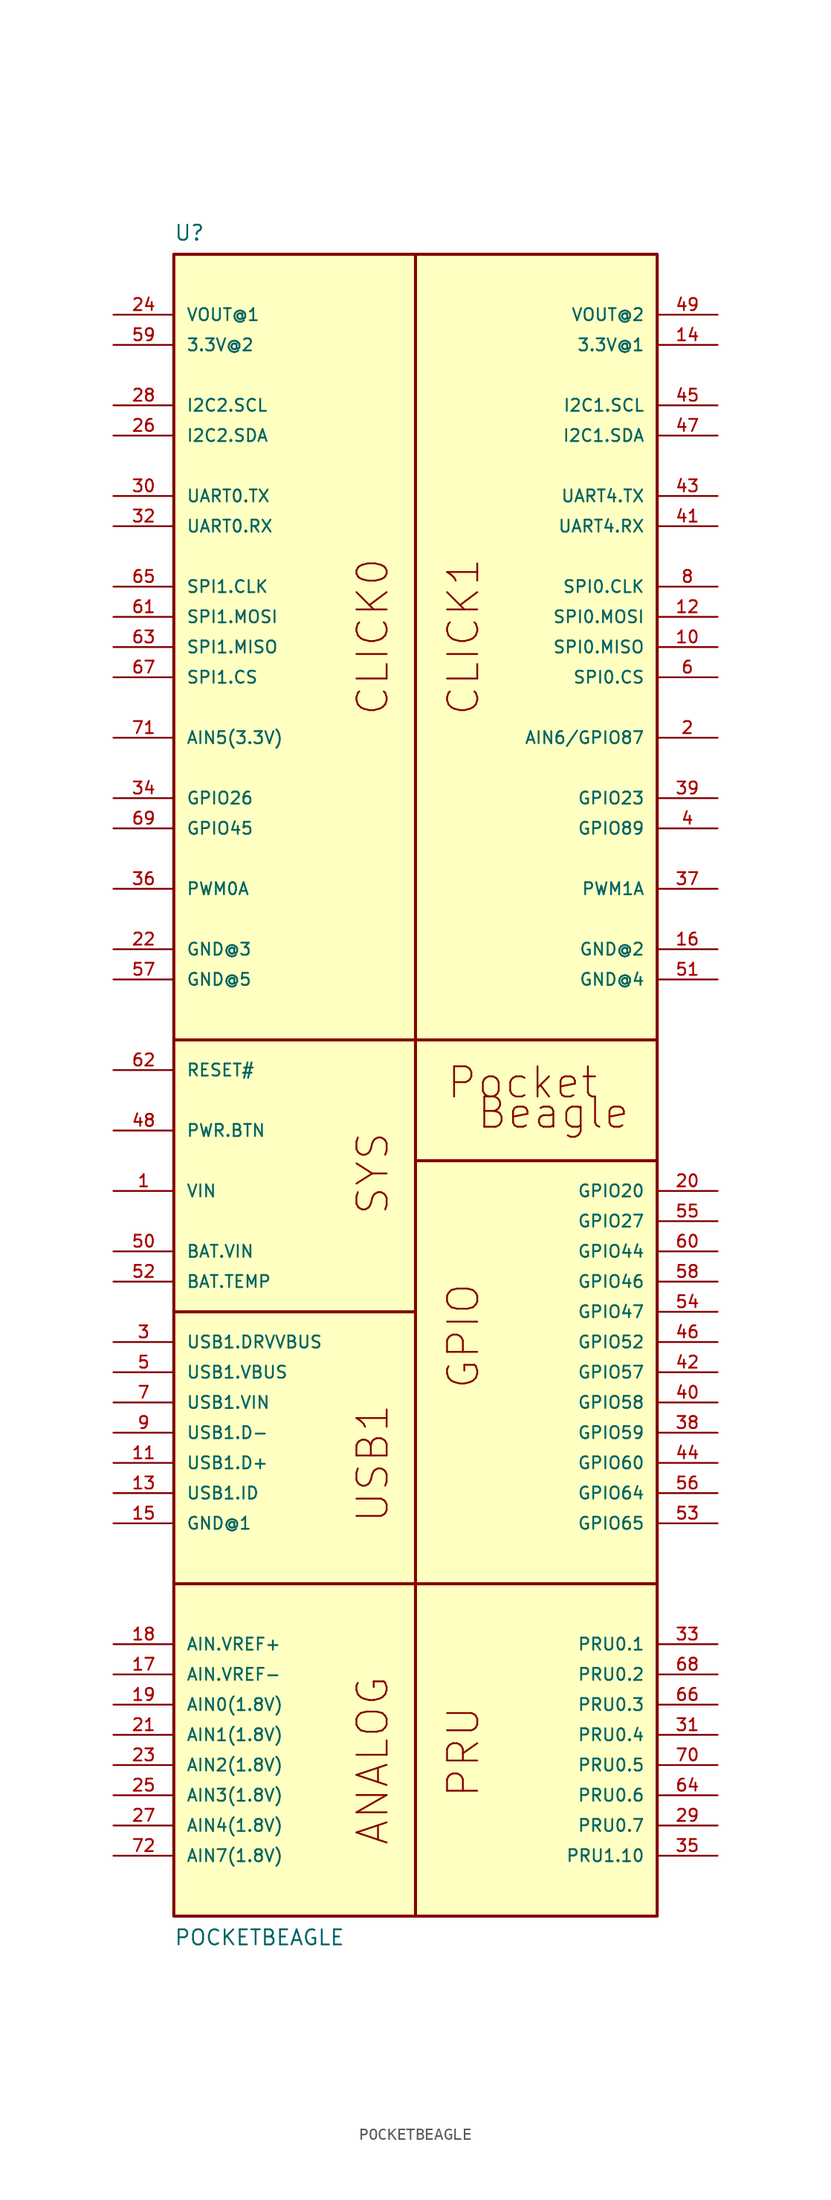
<source format=kicad_sym>
(kicad_symbol_lib
  (version 20211014)
  (generator kicad_symbol_editor)
  (symbol "POCKETBEAGLE"
    (pin_names
      (offset 1.016))
    (property "Reference" "U"
      (at 0.0 142.24 0.0)
      (effects (font (size 1.27 1.27)) (justify top left)))
    (property "Value" "POCKETBEAGLE"
      (at 0.0 -2.54 0)
      (effects (font (size 1.27 1.27)) (justify bottom left)))
    (symbol "POCKETBEAGLE_0_0"
      (polyline (pts (xy 20.32 0.0) (xy 20.32 50.8)) (stroke (width 0.254)))
      (polyline (pts (xy 20.32 50.8) (xy 20.32 63.5)) (stroke (width 0.254)))
      (polyline (pts (xy 20.32 63.5) (xy 20.32 139.7)) (stroke (width 0.254)))
      (polyline (pts (xy 0.0 73.66) (xy 40.64 73.66)) (stroke (width 0.254)))
      (polyline (pts (xy 0.0 27.94) (xy 40.64 27.94)) (stroke (width 0.254)))
      (polyline (pts (xy 0.0 50.8) (xy 20.32 50.8)) (stroke (width 0.254)))
      (polyline (pts (xy 40.64 63.5) (xy 20.32 63.5)) (stroke (width 0.254)))
      (text "CLICK0" (at 15.24 114.3 900) (effects (font (size 2.54 2.54)) (justify top right)))
      (text "CLICK1" (at 22.86 114.3 900) (effects (font (size 2.54 2.54)) (justify top right)))
      (text "GPIO" (at 22.86 53.34 900) (effects (font (size 2.54 2.54)) (justify top right)))
      (text "USB1" (at 15.24 43.18 900) (effects (font (size 2.54 2.54)) (justify top right)))
      (text "SYS" (at 15.24 66.04 900) (effects (font (size 2.54 2.54)) (justify top right)))
      (text "ANALOG" (at 15.24 20.32 900) (effects (font (size 2.54 2.54)) (justify top right)))
      (text "PRU" (at 22.86 17.78 900) (effects (font (size 2.54 2.54)) (justify top right)))
      (text "Pocket" (at 22.86 68.58 0) (effects (font (size 2.54 2.54)) (justify bottom left)))
      (text "Beagle" (at 25.4 66.04 0) (effects (font (size 2.54 2.54)) (justify bottom left)))
      (rectangle (start 3.5527136788e-15 0.0) (end 40.64 139.7) (stroke (width 0.254)) (fill (type background)))
      (pin power_in line (at 45.72 132.08 180.0) (length 5.08) (name "3.3V@1" (effects (font (size 1.016 1.016)))) (number "14" (effects (font (size 1.016 1.016)))))
      (pin power_in line (at -5.08 132.08 0) (length 5.08) (name "3.3V@2" (effects (font (size 1.016 1.016)))) (number "59" (effects (font (size 1.016 1.016)))))
      (pin input line (at -5.08 22.86 0) (length 5.08) (name "AIN.VREF+" (effects (font (size 1.016 1.016)))) (number "18" (effects (font (size 1.016 1.016)))))
      (pin input line (at -5.08 20.32 0) (length 5.08) (name "AIN.VREF-" (effects (font (size 1.016 1.016)))) (number "17" (effects (font (size 1.016 1.016)))))
      (pin input line (at -5.08 17.78 0) (length 5.08) (name "AIN0(1.8V)" (effects (font (size 1.016 1.016)))) (number "19" (effects (font (size 1.016 1.016)))))
      (pin input line (at -5.08 15.24 0) (length 5.08) (name "AIN1(1.8V)" (effects (font (size 1.016 1.016)))) (number "21" (effects (font (size 1.016 1.016)))))
      (pin input line (at -5.08 12.7 0) (length 5.08) (name "AIN2(1.8V)" (effects (font (size 1.016 1.016)))) (number "23" (effects (font (size 1.016 1.016)))))
      (pin input line (at -5.08 10.16 0) (length 5.08) (name "AIN3(1.8V)" (effects (font (size 1.016 1.016)))) (number "25" (effects (font (size 1.016 1.016)))))
      (pin input line (at -5.08 7.62 0) (length 5.08) (name "AIN4(1.8V)" (effects (font (size 1.016 1.016)))) (number "27" (effects (font (size 1.016 1.016)))))
      (pin bidirectional line (at -5.08 99.06 0) (length 5.08) (name "AIN5(3.3V)" (effects (font (size 1.016 1.016)))) (number "71" (effects (font (size 1.016 1.016)))))
      (pin bidirectional line (at 45.72 99.06 180.0) (length 5.08) (name "AIN6/GPIO87" (effects (font (size 1.016 1.016)))) (number "2" (effects (font (size 1.016 1.016)))))
      (pin input line (at -5.08 5.08 0) (length 5.08) (name "AIN7(1.8V)" (effects (font (size 1.016 1.016)))) (number "72" (effects (font (size 1.016 1.016)))))
      (pin input line (at -5.08 53.34 0) (length 5.08) (name "BAT.TEMP" (effects (font (size 1.016 1.016)))) (number "52" (effects (font (size 1.016 1.016)))))
      (pin power_in line (at -5.08 55.88 0) (length 5.08) (name "BAT.VIN" (effects (font (size 1.016 1.016)))) (number "50" (effects (font (size 1.016 1.016)))))
      (pin bidirectional line (at -5.08 33.02 0) (length 5.08) (name "GND@1" (effects (font (size 1.016 1.016)))) (number "15" (effects (font (size 1.016 1.016)))))
      (pin power_in line (at 45.72 81.28 180.0) (length 5.08) (name "GND@2" (effects (font (size 1.016 1.016)))) (number "16" (effects (font (size 1.016 1.016)))))
      (pin power_in line (at -5.08 81.28 0) (length 5.08) (name "GND@3" (effects (font (size 1.016 1.016)))) (number "22" (effects (font (size 1.016 1.016)))))
      (pin power_in line (at 45.72 78.74 180.0) (length 5.08) (name "GND@4" (effects (font (size 1.016 1.016)))) (number "51" (effects (font (size 1.016 1.016)))))
      (pin power_in line (at -5.08 78.74 0) (length 5.08) (name "GND@5" (effects (font (size 1.016 1.016)))) (number "57" (effects (font (size 1.016 1.016)))))
      (pin bidirectional line (at 45.72 60.96 180.0) (length 5.08) (name "GPIO20" (effects (font (size 1.016 1.016)))) (number "20" (effects (font (size 1.016 1.016)))))
      (pin bidirectional line (at 45.72 93.98 180.0) (length 5.08) (name "GPIO23" (effects (font (size 1.016 1.016)))) (number "39" (effects (font (size 1.016 1.016)))))
      (pin bidirectional line (at -5.08 93.98 0) (length 5.08) (name "GPIO26" (effects (font (size 1.016 1.016)))) (number "34" (effects (font (size 1.016 1.016)))))
      (pin bidirectional line (at 45.72 58.42 180.0) (length 5.08) (name "GPIO27" (effects (font (size 1.016 1.016)))) (number "55" (effects (font (size 1.016 1.016)))))
      (pin bidirectional line (at 45.72 55.88 180.0) (length 5.08) (name "GPIO44" (effects (font (size 1.016 1.016)))) (number "60" (effects (font (size 1.016 1.016)))))
      (pin bidirectional line (at -5.08 91.44 0) (length 5.08) (name "GPIO45" (effects (font (size 1.016 1.016)))) (number "69" (effects (font (size 1.016 1.016)))))
      (pin bidirectional line (at 45.72 53.34 180.0) (length 5.08) (name "GPIO46" (effects (font (size 1.016 1.016)))) (number "58" (effects (font (size 1.016 1.016)))))
      (pin bidirectional line (at 45.72 50.8 180.0) (length 5.08) (name "GPIO47" (effects (font (size 1.016 1.016)))) (number "54" (effects (font (size 1.016 1.016)))))
      (pin bidirectional line (at 45.72 48.26 180.0) (length 5.08) (name "GPIO52" (effects (font (size 1.016 1.016)))) (number "46" (effects (font (size 1.016 1.016)))))
      (pin bidirectional line (at 45.72 45.72 180.0) (length 5.08) (name "GPIO57" (effects (font (size 1.016 1.016)))) (number "42" (effects (font (size 1.016 1.016)))))
      (pin bidirectional line (at 45.72 43.18 180.0) (length 5.08) (name "GPIO58" (effects (font (size 1.016 1.016)))) (number "40" (effects (font (size 1.016 1.016)))))
      (pin bidirectional line (at 45.72 40.64 180.0) (length 5.08) (name "GPIO59" (effects (font (size 1.016 1.016)))) (number "38" (effects (font (size 1.016 1.016)))))
      (pin bidirectional line (at 45.72 38.1 180.0) (length 5.08) (name "GPIO60" (effects (font (size 1.016 1.016)))) (number "44" (effects (font (size 1.016 1.016)))))
      (pin bidirectional line (at 45.72 35.56 180.0) (length 5.08) (name "GPIO64" (effects (font (size 1.016 1.016)))) (number "56" (effects (font (size 1.016 1.016)))))
      (pin bidirectional line (at 45.72 33.02 180.0) (length 5.08) (name "GPIO65" (effects (font (size 1.016 1.016)))) (number "53" (effects (font (size 1.016 1.016)))))
      (pin bidirectional line (at 45.72 91.44 180.0) (length 5.08) (name "GPIO89" (effects (font (size 1.016 1.016)))) (number "4" (effects (font (size 1.016 1.016)))))
      (pin bidirectional line (at 45.72 127.0 180.0) (length 5.08) (name "I2C1.SCL" (effects (font (size 1.016 1.016)))) (number "45" (effects (font (size 1.016 1.016)))))
      (pin bidirectional line (at 45.72 124.46 180.0) (length 5.08) (name "I2C1.SDA" (effects (font (size 1.016 1.016)))) (number "47" (effects (font (size 1.016 1.016)))))
      (pin bidirectional line (at -5.08 127.0 0) (length 5.08) (name "I2C2.SCL" (effects (font (size 1.016 1.016)))) (number "28" (effects (font (size 1.016 1.016)))))
      (pin bidirectional line (at -5.08 124.46 0) (length 5.08) (name "I2C2.SDA" (effects (font (size 1.016 1.016)))) (number "26" (effects (font (size 1.016 1.016)))))
      (pin bidirectional line (at 45.72 22.86 180.0) (length 5.08) (name "PRU0.1" (effects (font (size 1.016 1.016)))) (number "33" (effects (font (size 1.016 1.016)))))
      (pin bidirectional line (at 45.72 20.32 180.0) (length 5.08) (name "PRU0.2" (effects (font (size 1.016 1.016)))) (number "68" (effects (font (size 1.016 1.016)))))
      (pin bidirectional line (at 45.72 17.78 180.0) (length 5.08) (name "PRU0.3" (effects (font (size 1.016 1.016)))) (number "66" (effects (font (size 1.016 1.016)))))
      (pin bidirectional line (at 45.72 15.24 180.0) (length 5.08) (name "PRU0.4" (effects (font (size 1.016 1.016)))) (number "31" (effects (font (size 1.016 1.016)))))
      (pin bidirectional line (at 45.72 12.7 180.0) (length 5.08) (name "PRU0.5" (effects (font (size 1.016 1.016)))) (number "70" (effects (font (size 1.016 1.016)))))
      (pin bidirectional line (at 45.72 10.16 180.0) (length 5.08) (name "PRU0.6" (effects (font (size 1.016 1.016)))) (number "64" (effects (font (size 1.016 1.016)))))
      (pin bidirectional line (at 45.72 7.62 180.0) (length 5.08) (name "PRU0.7" (effects (font (size 1.016 1.016)))) (number "29" (effects (font (size 1.016 1.016)))))
      (pin bidirectional line (at 45.72 5.08 180.0) (length 5.08) (name "PRU1.10" (effects (font (size 1.016 1.016)))) (number "35" (effects (font (size 1.016 1.016)))))
      (pin bidirectional line (at -5.08 86.36 0) (length 5.08) (name "PWM0A" (effects (font (size 1.016 1.016)))) (number "36" (effects (font (size 1.016 1.016)))))
      (pin bidirectional line (at 45.72 86.36 180.0) (length 5.08) (name "PWM1A" (effects (font (size 1.016 1.016)))) (number "37" (effects (font (size 1.016 1.016)))))
      (pin input line (at -5.08 66.04 0) (length 5.08) (name "PWR.BTN" (effects (font (size 1.016 1.016)))) (number "48" (effects (font (size 1.016 1.016)))))
      (pin input line (at -5.08 71.12 0) (length 5.08) (name "RESET#" (effects (font (size 1.016 1.016)))) (number "62" (effects (font (size 1.016 1.016)))))
      (pin bidirectional line (at 45.72 111.76 180.0) (length 5.08) (name "SPI0.CLK" (effects (font (size 1.016 1.016)))) (number "8" (effects (font (size 1.016 1.016)))))
      (pin bidirectional line (at 45.72 104.14 180.0) (length 5.08) (name "SPI0.CS" (effects (font (size 1.016 1.016)))) (number "6" (effects (font (size 1.016 1.016)))))
      (pin bidirectional line (at 45.72 106.68 180.0) (length 5.08) (name "SPI0.MISO" (effects (font (size 1.016 1.016)))) (number "10" (effects (font (size 1.016 1.016)))))
      (pin bidirectional line (at 45.72 109.22 180.0) (length 5.08) (name "SPI0.MOSI" (effects (font (size 1.016 1.016)))) (number "12" (effects (font (size 1.016 1.016)))))
      (pin bidirectional line (at -5.08 111.76 0) (length 5.08) (name "SPI1.CLK" (effects (font (size 1.016 1.016)))) (number "65" (effects (font (size 1.016 1.016)))))
      (pin bidirectional line (at -5.08 104.14 0) (length 5.08) (name "SPI1.CS" (effects (font (size 1.016 1.016)))) (number "67" (effects (font (size 1.016 1.016)))))
      (pin bidirectional line (at -5.08 106.68 0) (length 5.08) (name "SPI1.MISO" (effects (font (size 1.016 1.016)))) (number "63" (effects (font (size 1.016 1.016)))))
      (pin bidirectional line (at -5.08 109.22 0) (length 5.08) (name "SPI1.MOSI" (effects (font (size 1.016 1.016)))) (number "61" (effects (font (size 1.016 1.016)))))
      (pin bidirectional line (at -5.08 116.84 0) (length 5.08) (name "UART0.RX" (effects (font (size 1.016 1.016)))) (number "32" (effects (font (size 1.016 1.016)))))
      (pin bidirectional line (at -5.08 119.38 0) (length 5.08) (name "UART0.TX" (effects (font (size 1.016 1.016)))) (number "30" (effects (font (size 1.016 1.016)))))
      (pin bidirectional line (at 45.72 116.84 180.0) (length 5.08) (name "UART4.RX" (effects (font (size 1.016 1.016)))) (number "41" (effects (font (size 1.016 1.016)))))
      (pin bidirectional line (at 45.72 119.38 180.0) (length 5.08) (name "UART4.TX" (effects (font (size 1.016 1.016)))) (number "43" (effects (font (size 1.016 1.016)))))
      (pin bidirectional line (at -5.08 38.1 0) (length 5.08) (name "USB1.D+" (effects (font (size 1.016 1.016)))) (number "11" (effects (font (size 1.016 1.016)))))
      (pin bidirectional line (at -5.08 40.64 0) (length 5.08) (name "USB1.D-" (effects (font (size 1.016 1.016)))) (number "9" (effects (font (size 1.016 1.016)))))
      (pin bidirectional line (at -5.08 48.26 0) (length 5.08) (name "USB1.DRVVBUS" (effects (font (size 1.016 1.016)))) (number "3" (effects (font (size 1.016 1.016)))))
      (pin bidirectional line (at -5.08 35.56 0) (length 5.08) (name "USB1.ID" (effects (font (size 1.016 1.016)))) (number "13" (effects (font (size 1.016 1.016)))))
      (pin bidirectional line (at -5.08 45.72 0) (length 5.08) (name "USB1.VBUS" (effects (font (size 1.016 1.016)))) (number "5" (effects (font (size 1.016 1.016)))))
      (pin bidirectional line (at -5.08 43.18 0) (length 5.08) (name "USB1.VIN" (effects (font (size 1.016 1.016)))) (number "7" (effects (font (size 1.016 1.016)))))
      (pin power_in line (at -5.08 60.96 0) (length 5.08) (name "VIN" (effects (font (size 1.016 1.016)))) (number "1" (effects (font (size 1.016 1.016)))))
      (pin power_in line (at -5.08 134.62 0) (length 5.08) (name "VOUT@1" (effects (font (size 1.016 1.016)))) (number "24" (effects (font (size 1.016 1.016)))))
      (pin power_in line (at 45.72 134.62 180.0) (length 5.08) (name "VOUT@2" (effects (font (size 1.016 1.016)))) (number "49" (effects (font (size 1.016 1.016))))))))
</source>
